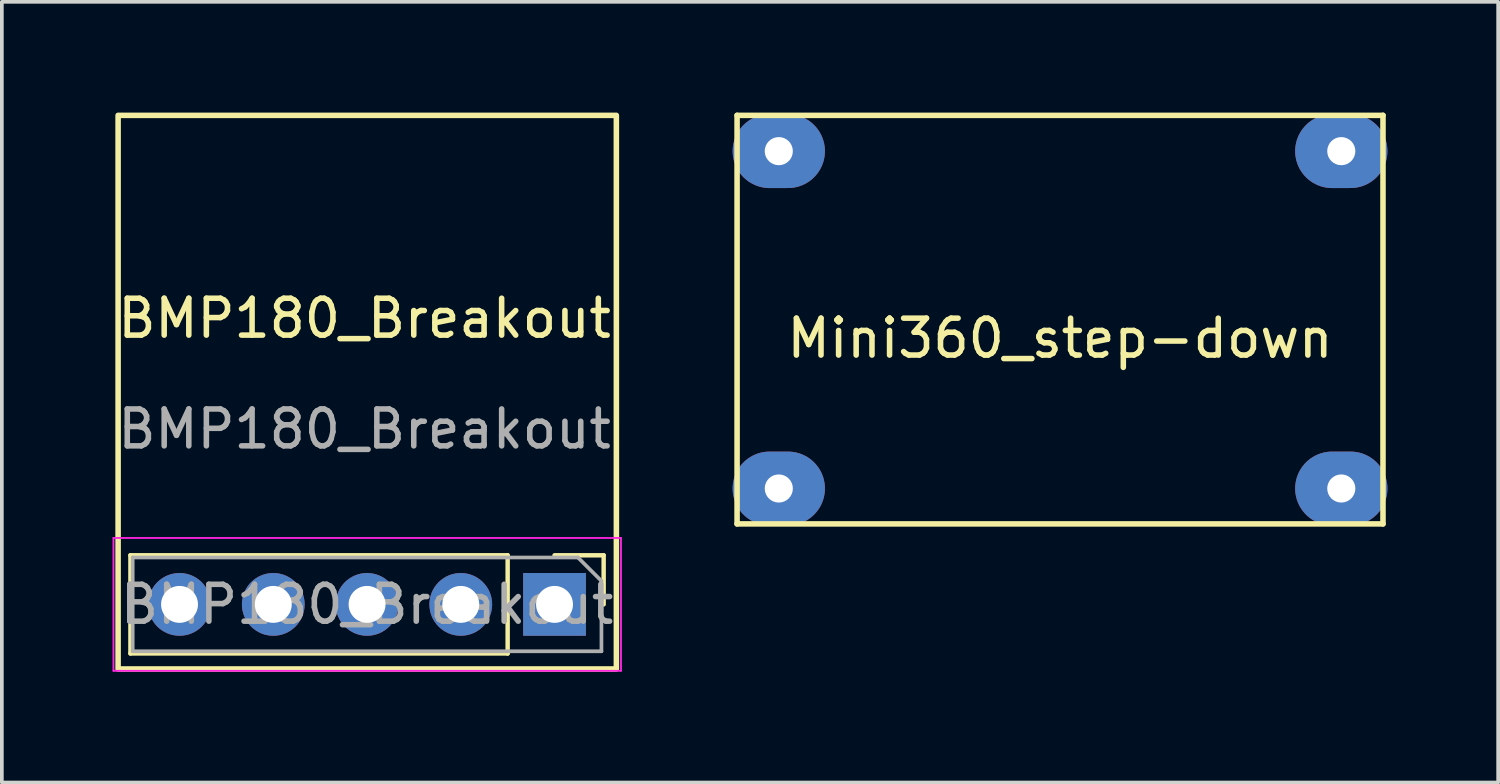
<source format=kicad_pcb>
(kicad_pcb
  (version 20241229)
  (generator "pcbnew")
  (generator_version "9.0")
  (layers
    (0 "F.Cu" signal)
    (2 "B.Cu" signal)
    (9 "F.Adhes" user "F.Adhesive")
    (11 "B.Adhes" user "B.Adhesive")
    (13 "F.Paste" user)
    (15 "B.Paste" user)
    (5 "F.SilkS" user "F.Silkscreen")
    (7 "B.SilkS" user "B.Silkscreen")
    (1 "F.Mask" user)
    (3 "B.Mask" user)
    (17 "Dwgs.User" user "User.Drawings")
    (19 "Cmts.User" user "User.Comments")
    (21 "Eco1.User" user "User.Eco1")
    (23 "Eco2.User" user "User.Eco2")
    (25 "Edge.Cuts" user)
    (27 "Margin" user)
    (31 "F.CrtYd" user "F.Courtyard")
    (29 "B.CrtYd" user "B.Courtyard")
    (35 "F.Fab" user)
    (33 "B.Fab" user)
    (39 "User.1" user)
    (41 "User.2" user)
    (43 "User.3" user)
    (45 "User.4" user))
  (footprint "BMP180_Breakout"
    (layer "F.Cu")
    (at 6.827 6.075)
    (property "Reference" "BMP180_Breakout" (at 0 -0.5 0) (unlocked yes) (layer "F.SilkS") (effects (font (size 1 1) (thickness 0.15))))
    (attr through_hole)
    (fp_line (start -6.343 5.92) (end -6.343 8.58) (stroke (width 0.12) (type solid)) (layer "F.SilkS"))
    (fp_line (start 3.877 5.92) (end -6.343 5.92) (stroke (width 0.12) (type solid)) (layer "F.SilkS"))
    (fp_line (start 3.877 5.92) (end 3.877 8.58) (stroke (width 0.12) (type solid)) (layer "F.SilkS"))
    (fp_line (start 3.877 8.58) (end -6.343 8.58) (stroke (width 0.12) (type solid)) (layer "F.SilkS"))
    (fp_line (start 5.147 5.92) (end 6.478 5.92) (stroke (width 0.12) (type solid)) (layer "F.SilkS"))
    (fp_line (start 6.478 5.92) (end 6.478 7.25) (stroke (width 0.12) (type solid)) (layer "F.SilkS"))
    (fp_poly (pts (xy 6.823 9) (xy -6.677 9) (xy -6.677 -6) (xy 6.822 -6)) (stroke (width 0.15) (type solid)) (fill no) (layer "F.SilkS"))
    (fp_line (start -6.803 5.45) (end -6.803 9.05) (stroke (width 0.05) (type solid)) (layer "F.CrtYd"))
    (fp_line (start -6.803 9.05) (end 6.947 9.05) (stroke (width 0.05) (type solid)) (layer "F.CrtYd"))
    (fp_line (start 6.947 5.45) (end -6.803 5.45) (stroke (width 0.05) (type solid)) (layer "F.CrtYd"))
    (fp_line (start 6.947 9.05) (end 6.947 5.45) (stroke (width 0.05) (type solid)) (layer "F.CrtYd"))
    (fp_line (start -6.282 5.98) (end 5.782 5.98) (stroke (width 0.1) (type solid)) (layer "F.Fab"))
    (fp_line (start -6.282 8.52) (end -6.282 5.98) (stroke (width 0.1) (type solid)) (layer "F.Fab"))
    (fp_line (start 5.782 5.98) (end 6.418 6.615) (stroke (width 0.1) (type solid)) (layer "F.Fab"))
    (fp_line (start 6.418 6.615) (end 6.418 8.52) (stroke (width 0.1) (type solid)) (layer "F.Fab"))
    (fp_line (start 6.418 8.52) (end -6.282 8.52) (stroke (width 0.1) (type solid)) (layer "F.Fab"))
    (fp_text user "${REFERENCE}" (at 0 2.5 0) (unlocked yes) (layer "F.Fab") (effects (font (size 1 1) (thickness 0.15))))
    (fp_text user "${REFERENCE}" (at 0.068 7.25 0) (layer "F.Fab") (effects (font (size 1 1) (thickness 0.15))))
    (pad "1" thru_hole rect (at 5.147 7.25 270) (size 1.7 1.7) (drill 1) (layers "*.Cu" "*.Mask"))
    (pad "2" thru_hole oval (at 2.607 7.25 270) (size 1.7 1.7) (drill 1) (layers "*.Cu" "*.Mask"))
    (pad "3" thru_hole oval (at 0.068 7.25 270) (size 1.7 1.7) (drill 1) (layers "*.Cu" "*.Mask"))
    (pad "4" thru_hole oval (at -2.473 7.25 270) (size 1.7 1.7) (drill 1) (layers "*.Cu" "*.Mask"))
    (pad "5" thru_hole oval (at -5.013 7.25 270) (size 1.7 1.7) (drill 1) (layers "*.Cu" "*.Mask")))
  (footprint "Mini360_step-down"
    (layer "F.Cu")
    (at 25.67 5.615)
    (property "Reference" "Mini360_step-down" (at 0 0.5 0) (layer "F.SilkS") (effects (font (size 1 1) (thickness 0.15))))
    (attr through_hole)
    (fp_line (start -8.75 -5.54) (end -8.75 5.53) (stroke (width 0.15) (type solid)) (layer "F.SilkS"))
    (fp_line (start -8.75 -5.54) (end 8.75 -5.54) (stroke (width 0.15) (type solid)) (layer "F.SilkS"))
    (fp_line (start 8.75 5.53) (end -8.75 5.53) (stroke (width 0.15) (type solid)) (layer "F.SilkS"))
    (fp_line (start 8.75 5.53) (end 8.75 -5.54) (stroke (width 0.15) (type solid)) (layer "F.SilkS"))
    (pad "1" thru_hole oval (at -7.62 -4.57) (size 2.5 2) (drill 0.762) (layers "*.Cu" "*.Mask"))
    (pad "2" thru_hole oval (at -7.62 4.57) (size 2.5 2) (drill 0.762) (layers "*.Cu" "*.Mask"))
    (pad "3" thru_hole oval (at 7.62 -4.57) (size 2.5 2) (drill 0.762) (layers "*.Cu" "*.Mask"))
    (pad "4" thru_hole oval (at 7.62 4.57) (size 2.5 2) (drill 0.762) (layers "*.Cu" "*.Mask")))
  (gr_rect
    (start -3 -3)
    (end 37.54 18.15)
    (stroke (width 0.1) (type default))
    (fill no)
    (layer "Edge.Cuts")))
</source>
